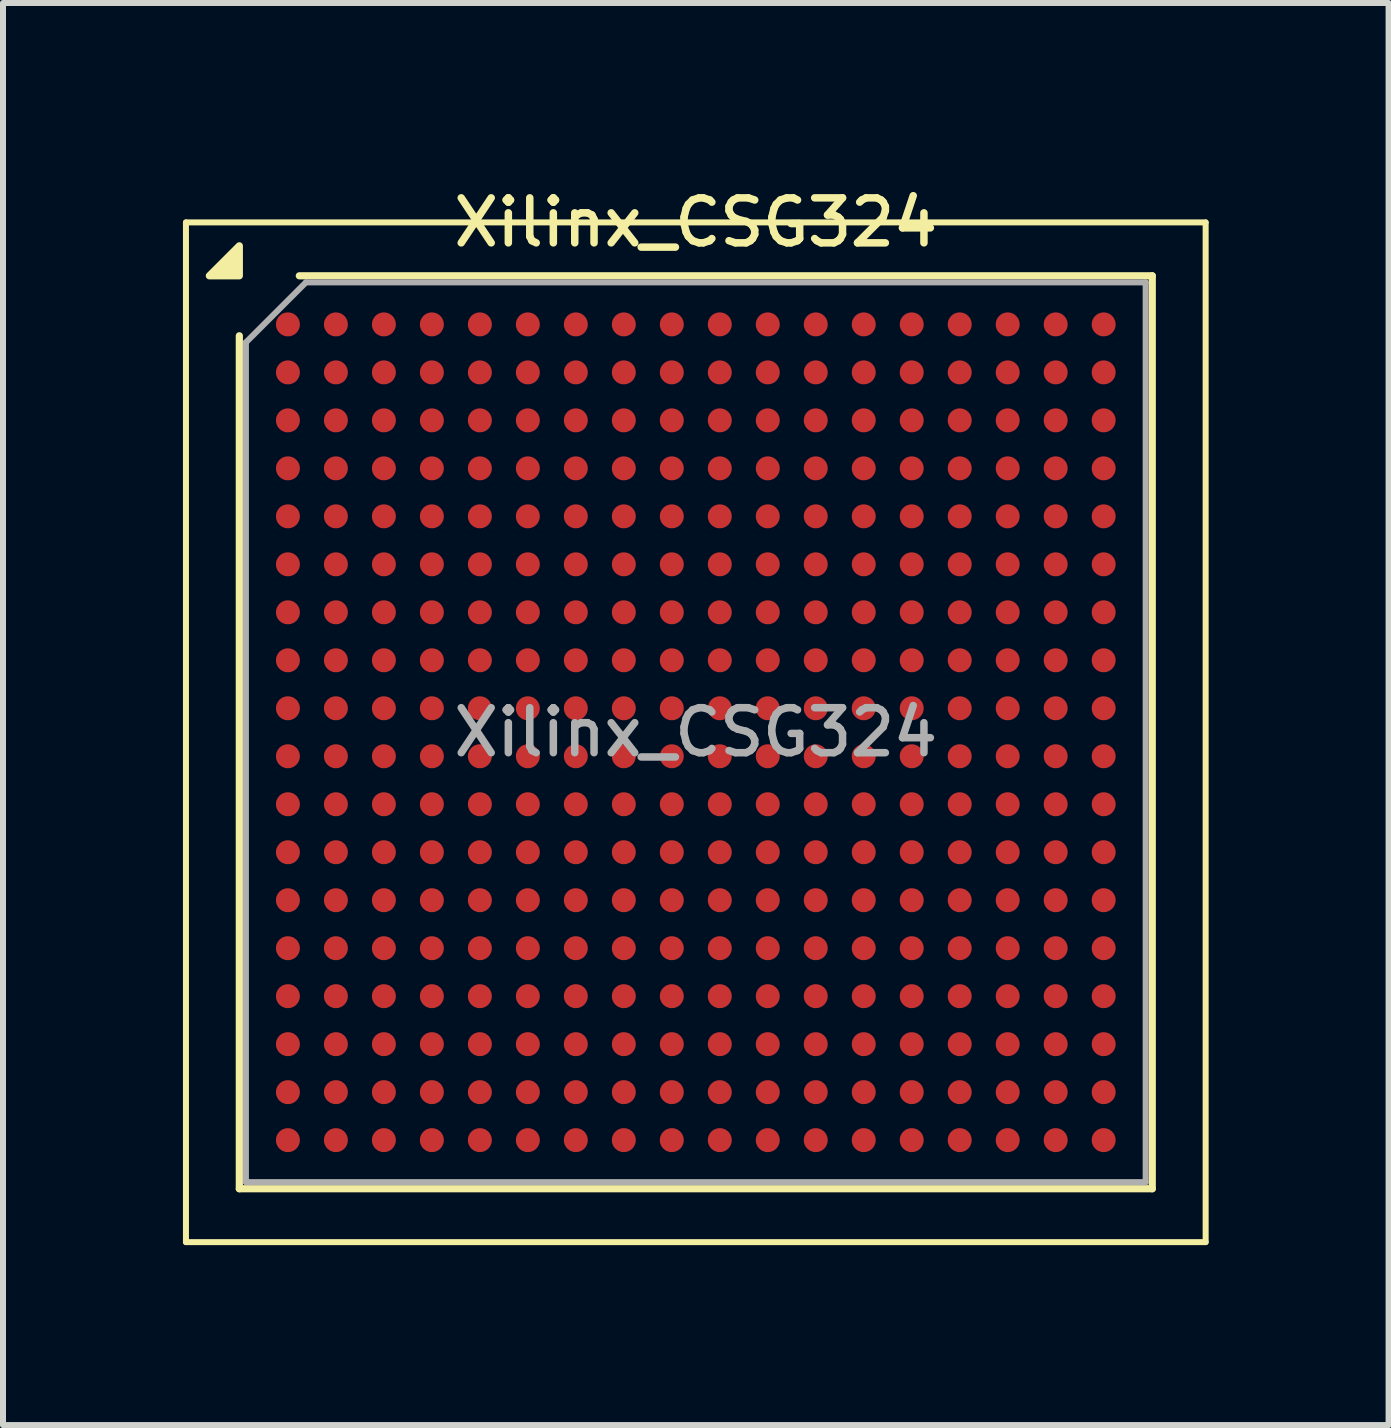
<source format=kicad_pcb>
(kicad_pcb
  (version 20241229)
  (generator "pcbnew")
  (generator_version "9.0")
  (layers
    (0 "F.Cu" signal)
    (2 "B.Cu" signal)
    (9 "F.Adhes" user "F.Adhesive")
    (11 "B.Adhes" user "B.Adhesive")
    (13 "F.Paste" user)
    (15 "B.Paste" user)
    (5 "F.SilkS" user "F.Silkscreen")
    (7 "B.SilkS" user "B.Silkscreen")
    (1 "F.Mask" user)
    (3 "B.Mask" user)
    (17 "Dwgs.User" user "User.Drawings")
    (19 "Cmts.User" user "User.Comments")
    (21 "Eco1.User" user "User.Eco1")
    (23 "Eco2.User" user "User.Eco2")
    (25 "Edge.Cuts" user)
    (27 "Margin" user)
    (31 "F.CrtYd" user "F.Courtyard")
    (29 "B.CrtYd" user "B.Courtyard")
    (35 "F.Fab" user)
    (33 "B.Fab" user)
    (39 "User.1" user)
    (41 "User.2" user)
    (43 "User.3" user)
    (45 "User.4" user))
  (footprint "Xilinx_CSG324"
    (layer "F.Cu")
    (at 8.55 9.158)
    (property "Reference" "Xilinx_CSG324" (at 0 -8.5 0) (layer "F.SilkS") (effects (font (size 0.75 0.75) (thickness 0.125))))
    (attr smd)
    (fp_line (start -8.5 -8.5) (end -8.5 8.5) (stroke (width 0.1) (type solid)) (layer "F.SilkS"))
    (fp_line (start -8.5 8.5) (end 8.5 8.5) (stroke (width 0.1) (type solid)) (layer "F.SilkS"))
    (fp_line (start -7.61 7.61) (end -7.61 -6.61) (stroke (width 0.12) (type solid)) (layer "F.SilkS"))
    (fp_line (start -6.61 -7.61) (end 7.61 -7.61) (stroke (width 0.12) (type solid)) (layer "F.SilkS"))
    (fp_line (start 7.61 -7.61) (end 7.61 7.61) (stroke (width 0.12) (type solid)) (layer "F.SilkS"))
    (fp_line (start 7.61 7.61) (end -7.61 7.61) (stroke (width 0.12) (type solid)) (layer "F.SilkS"))
    (fp_line (start 8.5 -8.5) (end -8.5 -8.5) (stroke (width 0.1) (type solid)) (layer "F.SilkS"))
    (fp_line (start 8.5 8.5) (end 8.5 -8.5) (stroke (width 0.1) (type solid)) (layer "F.SilkS"))
    (fp_poly (pts (xy -7.61 -7.61) (xy -8.11 -7.61) (xy -7.61 -8.11) (xy -7.61 -7.61)) (stroke (width 0.12) (type solid)) (fill yes) (layer "F.SilkS"))
    (fp_line (start -7.5 -6.5) (end -6.5 -7.5) (stroke (width 0.1) (type solid)) (layer "F.Fab"))
    (fp_line (start -7.5 7.5) (end -7.5 -6.5) (stroke (width 0.1) (type solid)) (layer "F.Fab"))
    (fp_line (start -6.5 -7.5) (end 7.5 -7.5) (stroke (width 0.1) (type solid)) (layer "F.Fab"))
    (fp_line (start 7.5 -7.5) (end 7.5 7.5) (stroke (width 0.1) (type solid)) (layer "F.Fab"))
    (fp_line (start 7.5 7.5) (end -7.5 7.5) (stroke (width 0.1) (type solid)) (layer "F.Fab"))
    (fp_text user "${REFERENCE}" (at 0 0 0) (layer "F.Fab") (effects (font (size 0.75 0.75) (thickness 0.125))))
    (pad "A1" smd circle (at -6.8 -6.8) (size 0.4 0.4) (property pad_prop_bga) (layers "F.Cu" "F.Mask" "F.Paste"))
    (pad "A2" smd circle (at -6 -6.8) (size 0.4 0.4) (property pad_prop_bga) (layers "F.Cu" "F.Mask" "F.Paste"))
    (pad "A3" smd circle (at -5.2 -6.8) (size 0.4 0.4) (property pad_prop_bga) (layers "F.Cu" "F.Mask" "F.Paste"))
    (pad "A4" smd circle (at -4.4 -6.8) (size 0.4 0.4) (property pad_prop_bga) (layers "F.Cu" "F.Mask" "F.Paste"))
    (pad "A5" smd circle (at -3.6 -6.8) (size 0.4 0.4) (property pad_prop_bga) (layers "F.Cu" "F.Mask" "F.Paste"))
    (pad "A6" smd circle (at -2.8 -6.8) (size 0.4 0.4) (property pad_prop_bga) (layers "F.Cu" "F.Mask" "F.Paste"))
    (pad "A7" smd circle (at -2 -6.8) (size 0.4 0.4) (property pad_prop_bga) (layers "F.Cu" "F.Mask" "F.Paste"))
    (pad "A8" smd circle (at -1.2 -6.8) (size 0.4 0.4) (property pad_prop_bga) (layers "F.Cu" "F.Mask" "F.Paste"))
    (pad "A9" smd circle (at -0.4 -6.8) (size 0.4 0.4) (property pad_prop_bga) (layers "F.Cu" "F.Mask" "F.Paste"))
    (pad "A10" smd circle (at 0.4 -6.8) (size 0.4 0.4) (property pad_prop_bga) (layers "F.Cu" "F.Mask" "F.Paste"))
    (pad "A11" smd circle (at 1.2 -6.8) (size 0.4 0.4) (property pad_prop_bga) (layers "F.Cu" "F.Mask" "F.Paste"))
    (pad "A12" smd circle (at 2 -6.8) (size 0.4 0.4) (property pad_prop_bga) (layers "F.Cu" "F.Mask" "F.Paste"))
    (pad "A13" smd circle (at 2.8 -6.8) (size 0.4 0.4) (property pad_prop_bga) (layers "F.Cu" "F.Mask" "F.Paste"))
    (pad "A14" smd circle (at 3.6 -6.8) (size 0.4 0.4) (property pad_prop_bga) (layers "F.Cu" "F.Mask" "F.Paste"))
    (pad "A15" smd circle (at 4.4 -6.8) (size 0.4 0.4) (property pad_prop_bga) (layers "F.Cu" "F.Mask" "F.Paste"))
    (pad "A16" smd circle (at 5.2 -6.8) (size 0.4 0.4) (property pad_prop_bga) (layers "F.Cu" "F.Mask" "F.Paste"))
    (pad "A17" smd circle (at 6 -6.8) (size 0.4 0.4) (property pad_prop_bga) (layers "F.Cu" "F.Mask" "F.Paste"))
    (pad "A18" smd circle (at 6.8 -6.8) (size 0.4 0.4) (property pad_prop_bga) (layers "F.Cu" "F.Mask" "F.Paste"))
    (pad "B1" smd circle (at -6.8 -6) (size 0.4 0.4) (property pad_prop_bga) (layers "F.Cu" "F.Mask" "F.Paste"))
    (pad "B2" smd circle (at -6 -6) (size 0.4 0.4) (property pad_prop_bga) (layers "F.Cu" "F.Mask" "F.Paste"))
    (pad "B3" smd circle (at -5.2 -6) (size 0.4 0.4) (property pad_prop_bga) (layers "F.Cu" "F.Mask" "F.Paste"))
    (pad "B4" smd circle (at -4.4 -6) (size 0.4 0.4) (property pad_prop_bga) (layers "F.Cu" "F.Mask" "F.Paste"))
    (pad "B5" smd circle (at -3.6 -6) (size 0.4 0.4) (property pad_prop_bga) (layers "F.Cu" "F.Mask" "F.Paste"))
    (pad "B6" smd circle (at -2.8 -6) (size 0.4 0.4) (property pad_prop_bga) (layers "F.Cu" "F.Mask" "F.Paste"))
    (pad "B7" smd circle (at -2 -6) (size 0.4 0.4) (property pad_prop_bga) (layers "F.Cu" "F.Mask" "F.Paste"))
    (pad "B8" smd circle (at -1.2 -6) (size 0.4 0.4) (property pad_prop_bga) (layers "F.Cu" "F.Mask" "F.Paste"))
    (pad "B9" smd circle (at -0.4 -6) (size 0.4 0.4) (property pad_prop_bga) (layers "F.Cu" "F.Mask" "F.Paste"))
    (pad "B10" smd circle (at 0.4 -6) (size 0.4 0.4) (property pad_prop_bga) (layers "F.Cu" "F.Mask" "F.Paste"))
    (pad "B11" smd circle (at 1.2 -6) (size 0.4 0.4) (property pad_prop_bga) (layers "F.Cu" "F.Mask" "F.Paste"))
    (pad "B12" smd circle (at 2 -6) (size 0.4 0.4) (property pad_prop_bga) (layers "F.Cu" "F.Mask" "F.Paste"))
    (pad "B13" smd circle (at 2.8 -6) (size 0.4 0.4) (property pad_prop_bga) (layers "F.Cu" "F.Mask" "F.Paste"))
    (pad "B14" smd circle (at 3.6 -6) (size 0.4 0.4) (property pad_prop_bga) (layers "F.Cu" "F.Mask" "F.Paste"))
    (pad "B15" smd circle (at 4.4 -6) (size 0.4 0.4) (property pad_prop_bga) (layers "F.Cu" "F.Mask" "F.Paste"))
    (pad "B16" smd circle (at 5.2 -6) (size 0.4 0.4) (property pad_prop_bga) (layers "F.Cu" "F.Mask" "F.Paste"))
    (pad "B17" smd circle (at 6 -6) (size 0.4 0.4) (property pad_prop_bga) (layers "F.Cu" "F.Mask" "F.Paste"))
    (pad "B18" smd circle (at 6.8 -6) (size 0.4 0.4) (property pad_prop_bga) (layers "F.Cu" "F.Mask" "F.Paste"))
    (pad "C1" smd circle (at -6.8 -5.2) (size 0.4 0.4) (property pad_prop_bga) (layers "F.Cu" "F.Mask" "F.Paste"))
    (pad "C2" smd circle (at -6 -5.2) (size 0.4 0.4) (property pad_prop_bga) (layers "F.Cu" "F.Mask" "F.Paste"))
    (pad "C3" smd circle (at -5.2 -5.2) (size 0.4 0.4) (property pad_prop_bga) (layers "F.Cu" "F.Mask" "F.Paste"))
    (pad "C4" smd circle (at -4.4 -5.2) (size 0.4 0.4) (property pad_prop_bga) (layers "F.Cu" "F.Mask" "F.Paste"))
    (pad "C5" smd circle (at -3.6 -5.2) (size 0.4 0.4) (property pad_prop_bga) (layers "F.Cu" "F.Mask" "F.Paste"))
    (pad "C6" smd circle (at -2.8 -5.2) (size 0.4 0.4) (property pad_prop_bga) (layers "F.Cu" "F.Mask" "F.Paste"))
    (pad "C7" smd circle (at -2 -5.2) (size 0.4 0.4) (property pad_prop_bga) (layers "F.Cu" "F.Mask" "F.Paste"))
    (pad "C8" smd circle (at -1.2 -5.2) (size 0.4 0.4) (property pad_prop_bga) (layers "F.Cu" "F.Mask" "F.Paste"))
    (pad "C9" smd circle (at -0.4 -5.2) (size 0.4 0.4) (property pad_prop_bga) (layers "F.Cu" "F.Mask" "F.Paste"))
    (pad "C10" smd circle (at 0.4 -5.2) (size 0.4 0.4) (property pad_prop_bga) (layers "F.Cu" "F.Mask" "F.Paste"))
    (pad "C11" smd circle (at 1.2 -5.2) (size 0.4 0.4) (property pad_prop_bga) (layers "F.Cu" "F.Mask" "F.Paste"))
    (pad "C12" smd circle (at 2 -5.2) (size 0.4 0.4) (property pad_prop_bga) (layers "F.Cu" "F.Mask" "F.Paste"))
    (pad "C13" smd circle (at 2.8 -5.2) (size 0.4 0.4) (property pad_prop_bga) (layers "F.Cu" "F.Mask" "F.Paste"))
    (pad "C14" smd circle (at 3.6 -5.2) (size 0.4 0.4) (property pad_prop_bga) (layers "F.Cu" "F.Mask" "F.Paste"))
    (pad "C15" smd circle (at 4.4 -5.2) (size 0.4 0.4) (property pad_prop_bga) (layers "F.Cu" "F.Mask" "F.Paste"))
    (pad "C16" smd circle (at 5.2 -5.2) (size 0.4 0.4) (property pad_prop_bga) (layers "F.Cu" "F.Mask" "F.Paste"))
    (pad "C17" smd circle (at 6 -5.2) (size 0.4 0.4) (property pad_prop_bga) (layers "F.Cu" "F.Mask" "F.Paste"))
    (pad "C18" smd circle (at 6.8 -5.2) (size 0.4 0.4) (property pad_prop_bga) (layers "F.Cu" "F.Mask" "F.Paste"))
    (pad "D1" smd circle (at -6.8 -4.4) (size 0.4 0.4) (property pad_prop_bga) (layers "F.Cu" "F.Mask" "F.Paste"))
    (pad "D2" smd circle (at -6 -4.4) (size 0.4 0.4) (property pad_prop_bga) (layers "F.Cu" "F.Mask" "F.Paste"))
    (pad "D3" smd circle (at -5.2 -4.4) (size 0.4 0.4) (property pad_prop_bga) (layers "F.Cu" "F.Mask" "F.Paste"))
    (pad "D4" smd circle (at -4.4 -4.4) (size 0.4 0.4) (property pad_prop_bga) (layers "F.Cu" "F.Mask" "F.Paste"))
    (pad "D5" smd circle (at -3.6 -4.4) (size 0.4 0.4) (property pad_prop_bga) (layers "F.Cu" "F.Mask" "F.Paste"))
    (pad "D6" smd circle (at -2.8 -4.4) (size 0.4 0.4) (property pad_prop_bga) (layers "F.Cu" "F.Mask" "F.Paste"))
    (pad "D7" smd circle (at -2 -4.4) (size 0.4 0.4) (property pad_prop_bga) (layers "F.Cu" "F.Mask" "F.Paste"))
    (pad "D8" smd circle (at -1.2 -4.4) (size 0.4 0.4) (property pad_prop_bga) (layers "F.Cu" "F.Mask" "F.Paste"))
    (pad "D9" smd circle (at -0.4 -4.4) (size 0.4 0.4) (property pad_prop_bga) (layers "F.Cu" "F.Mask" "F.Paste"))
    (pad "D10" smd circle (at 0.4 -4.4) (size 0.4 0.4) (property pad_prop_bga) (layers "F.Cu" "F.Mask" "F.Paste"))
    (pad "D11" smd circle (at 1.2 -4.4) (size 0.4 0.4) (property pad_prop_bga) (layers "F.Cu" "F.Mask" "F.Paste"))
    (pad "D12" smd circle (at 2 -4.4) (size 0.4 0.4) (property pad_prop_bga) (layers "F.Cu" "F.Mask" "F.Paste"))
    (pad "D13" smd circle (at 2.8 -4.4) (size 0.4 0.4) (property pad_prop_bga) (layers "F.Cu" "F.Mask" "F.Paste"))
    (pad "D14" smd circle (at 3.6 -4.4) (size 0.4 0.4) (property pad_prop_bga) (layers "F.Cu" "F.Mask" "F.Paste"))
    (pad "D15" smd circle (at 4.4 -4.4) (size 0.4 0.4) (property pad_prop_bga) (layers "F.Cu" "F.Mask" "F.Paste"))
    (pad "D16" smd circle (at 5.2 -4.4) (size 0.4 0.4) (property pad_prop_bga) (layers "F.Cu" "F.Mask" "F.Paste"))
    (pad "D17" smd circle (at 6 -4.4) (size 0.4 0.4) (property pad_prop_bga) (layers "F.Cu" "F.Mask" "F.Paste"))
    (pad "D18" smd circle (at 6.8 -4.4) (size 0.4 0.4) (property pad_prop_bga) (layers "F.Cu" "F.Mask" "F.Paste"))
    (pad "E1" smd circle (at -6.8 -3.6) (size 0.4 0.4) (property pad_prop_bga) (layers "F.Cu" "F.Mask" "F.Paste"))
    (pad "E2" smd circle (at -6 -3.6) (size 0.4 0.4) (property pad_prop_bga) (layers "F.Cu" "F.Mask" "F.Paste"))
    (pad "E3" smd circle (at -5.2 -3.6) (size 0.4 0.4) (property pad_prop_bga) (layers "F.Cu" "F.Mask" "F.Paste"))
    (pad "E4" smd circle (at -4.4 -3.6) (size 0.4 0.4) (property pad_prop_bga) (layers "F.Cu" "F.Mask" "F.Paste"))
    (pad "E5" smd circle (at -3.6 -3.6) (size 0.4 0.4) (property pad_prop_bga) (layers "F.Cu" "F.Mask" "F.Paste"))
    (pad "E6" smd circle (at -2.8 -3.6) (size 0.4 0.4) (property pad_prop_bga) (layers "F.Cu" "F.Mask" "F.Paste"))
    (pad "E7" smd circle (at -2 -3.6) (size 0.4 0.4) (property pad_prop_bga) (layers "F.Cu" "F.Mask" "F.Paste"))
    (pad "E8" smd circle (at -1.2 -3.6) (size 0.4 0.4) (property pad_prop_bga) (layers "F.Cu" "F.Mask" "F.Paste"))
    (pad "E9" smd circle (at -0.4 -3.6) (size 0.4 0.4) (property pad_prop_bga) (layers "F.Cu" "F.Mask" "F.Paste"))
    (pad "E10" smd circle (at 0.4 -3.6) (size 0.4 0.4) (property pad_prop_bga) (layers "F.Cu" "F.Mask" "F.Paste"))
    (pad "E11" smd circle (at 1.2 -3.6) (size 0.4 0.4) (property pad_prop_bga) (layers "F.Cu" "F.Mask" "F.Paste"))
    (pad "E12" smd circle (at 2 -3.6) (size 0.4 0.4) (property pad_prop_bga) (layers "F.Cu" "F.Mask" "F.Paste"))
    (pad "E13" smd circle (at 2.8 -3.6) (size 0.4 0.4) (property pad_prop_bga) (layers "F.Cu" "F.Mask" "F.Paste"))
    (pad "E14" smd circle (at 3.6 -3.6) (size 0.4 0.4) (property pad_prop_bga) (layers "F.Cu" "F.Mask" "F.Paste"))
    (pad "E15" smd circle (at 4.4 -3.6) (size 0.4 0.4) (property pad_prop_bga) (layers "F.Cu" "F.Mask" "F.Paste"))
    (pad "E16" smd circle (at 5.2 -3.6) (size 0.4 0.4) (property pad_prop_bga) (layers "F.Cu" "F.Mask" "F.Paste"))
    (pad "E17" smd circle (at 6 -3.6) (size 0.4 0.4) (property pad_prop_bga) (layers "F.Cu" "F.Mask" "F.Paste"))
    (pad "E18" smd circle (at 6.8 -3.6) (size 0.4 0.4) (property pad_prop_bga) (layers "F.Cu" "F.Mask" "F.Paste"))
    (pad "F1" smd circle (at -6.8 -2.8) (size 0.4 0.4) (property pad_prop_bga) (layers "F.Cu" "F.Mask" "F.Paste"))
    (pad "F2" smd circle (at -6 -2.8) (size 0.4 0.4) (property pad_prop_bga) (layers "F.Cu" "F.Mask" "F.Paste"))
    (pad "F3" smd circle (at -5.2 -2.8) (size 0.4 0.4) (property pad_prop_bga) (layers "F.Cu" "F.Mask" "F.Paste"))
    (pad "F4" smd circle (at -4.4 -2.8) (size 0.4 0.4) (property pad_prop_bga) (layers "F.Cu" "F.Mask" "F.Paste"))
    (pad "F5" smd circle (at -3.6 -2.8) (size 0.4 0.4) (property pad_prop_bga) (layers "F.Cu" "F.Mask" "F.Paste"))
    (pad "F6" smd circle (at -2.8 -2.8) (size 0.4 0.4) (property pad_prop_bga) (layers "F.Cu" "F.Mask" "F.Paste"))
    (pad "F7" smd circle (at -2 -2.8) (size 0.4 0.4) (property pad_prop_bga) (layers "F.Cu" "F.Mask" "F.Paste"))
    (pad "F8" smd circle (at -1.2 -2.8) (size 0.4 0.4) (property pad_prop_bga) (layers "F.Cu" "F.Mask" "F.Paste"))
    (pad "F9" smd circle (at -0.4 -2.8) (size 0.4 0.4) (property pad_prop_bga) (layers "F.Cu" "F.Mask" "F.Paste"))
    (pad "F10" smd circle (at 0.4 -2.8) (size 0.4 0.4) (property pad_prop_bga) (layers "F.Cu" "F.Mask" "F.Paste"))
    (pad "F11" smd circle (at 1.2 -2.8) (size 0.4 0.4) (property pad_prop_bga) (layers "F.Cu" "F.Mask" "F.Paste"))
    (pad "F12" smd circle (at 2 -2.8) (size 0.4 0.4) (property pad_prop_bga) (layers "F.Cu" "F.Mask" "F.Paste"))
    (pad "F13" smd circle (at 2.8 -2.8) (size 0.4 0.4) (property pad_prop_bga) (layers "F.Cu" "F.Mask" "F.Paste"))
    (pad "F14" smd circle (at 3.6 -2.8) (size 0.4 0.4) (property pad_prop_bga) (layers "F.Cu" "F.Mask" "F.Paste"))
    (pad "F15" smd circle (at 4.4 -2.8) (size 0.4 0.4) (property pad_prop_bga) (layers "F.Cu" "F.Mask" "F.Paste"))
    (pad "F16" smd circle (at 5.2 -2.8) (size 0.4 0.4) (property pad_prop_bga) (layers "F.Cu" "F.Mask" "F.Paste"))
    (pad "F17" smd circle (at 6 -2.8) (size 0.4 0.4) (property pad_prop_bga) (layers "F.Cu" "F.Mask" "F.Paste"))
    (pad "F18" smd circle (at 6.8 -2.8) (size 0.4 0.4) (property pad_prop_bga) (layers "F.Cu" "F.Mask" "F.Paste"))
    (pad "G1" smd circle (at -6.8 -2) (size 0.4 0.4) (property pad_prop_bga) (layers "F.Cu" "F.Mask" "F.Paste"))
    (pad "G2" smd circle (at -6 -2) (size 0.4 0.4) (property pad_prop_bga) (layers "F.Cu" "F.Mask" "F.Paste"))
    (pad "G3" smd circle (at -5.2 -2) (size 0.4 0.4) (property pad_prop_bga) (layers "F.Cu" "F.Mask" "F.Paste"))
    (pad "G4" smd circle (at -4.4 -2) (size 0.4 0.4) (property pad_prop_bga) (layers "F.Cu" "F.Mask" "F.Paste"))
    (pad "G5" smd circle (at -3.6 -2) (size 0.4 0.4) (property pad_prop_bga) (layers "F.Cu" "F.Mask" "F.Paste"))
    (pad "G6" smd circle (at -2.8 -2) (size 0.4 0.4) (property pad_prop_bga) (layers "F.Cu" "F.Mask" "F.Paste"))
    (pad "G7" smd circle (at -2 -2) (size 0.4 0.4) (property pad_prop_bga) (layers "F.Cu" "F.Mask" "F.Paste"))
    (pad "G8" smd circle (at -1.2 -2) (size 0.4 0.4) (property pad_prop_bga) (layers "F.Cu" "F.Mask" "F.Paste"))
    (pad "G9" smd circle (at -0.4 -2) (size 0.4 0.4) (property pad_prop_bga) (layers "F.Cu" "F.Mask" "F.Paste"))
    (pad "G10" smd circle (at 0.4 -2) (size 0.4 0.4) (property pad_prop_bga) (layers "F.Cu" "F.Mask" "F.Paste"))
    (pad "G11" smd circle (at 1.2 -2) (size 0.4 0.4) (property pad_prop_bga) (layers "F.Cu" "F.Mask" "F.Paste"))
    (pad "G12" smd circle (at 2 -2) (size 0.4 0.4) (property pad_prop_bga) (layers "F.Cu" "F.Mask" "F.Paste"))
    (pad "G13" smd circle (at 2.8 -2) (size 0.4 0.4) (property pad_prop_bga) (layers "F.Cu" "F.Mask" "F.Paste"))
    (pad "G14" smd circle (at 3.6 -2) (size 0.4 0.4) (property pad_prop_bga) (layers "F.Cu" "F.Mask" "F.Paste"))
    (pad "G15" smd circle (at 4.4 -2) (size 0.4 0.4) (property pad_prop_bga) (layers "F.Cu" "F.Mask" "F.Paste"))
    (pad "G16" smd circle (at 5.2 -2) (size 0.4 0.4) (property pad_prop_bga) (layers "F.Cu" "F.Mask" "F.Paste"))
    (pad "G17" smd circle (at 6 -2) (size 0.4 0.4) (property pad_prop_bga) (layers "F.Cu" "F.Mask" "F.Paste"))
    (pad "G18" smd circle (at 6.8 -2) (size 0.4 0.4) (property pad_prop_bga) (layers "F.Cu" "F.Mask" "F.Paste"))
    (pad "H1" smd circle (at -6.8 -1.2) (size 0.4 0.4) (property pad_prop_bga) (layers "F.Cu" "F.Mask" "F.Paste"))
    (pad "H2" smd circle (at -6 -1.2) (size 0.4 0.4) (property pad_prop_bga) (layers "F.Cu" "F.Mask" "F.Paste"))
    (pad "H3" smd circle (at -5.2 -1.2) (size 0.4 0.4) (property pad_prop_bga) (layers "F.Cu" "F.Mask" "F.Paste"))
    (pad "H4" smd circle (at -4.4 -1.2) (size 0.4 0.4) (property pad_prop_bga) (layers "F.Cu" "F.Mask" "F.Paste"))
    (pad "H5" smd circle (at -3.6 -1.2) (size 0.4 0.4) (property pad_prop_bga) (layers "F.Cu" "F.Mask" "F.Paste"))
    (pad "H6" smd circle (at -2.8 -1.2) (size 0.4 0.4) (property pad_prop_bga) (layers "F.Cu" "F.Mask" "F.Paste"))
    (pad "H7" smd circle (at -2 -1.2) (size 0.4 0.4) (property pad_prop_bga) (layers "F.Cu" "F.Mask" "F.Paste"))
    (pad "H8" smd circle (at -1.2 -1.2) (size 0.4 0.4) (property pad_prop_bga) (layers "F.Cu" "F.Mask" "F.Paste"))
    (pad "H9" smd circle (at -0.4 -1.2) (size 0.4 0.4) (property pad_prop_bga) (layers "F.Cu" "F.Mask" "F.Paste"))
    (pad "H10" smd circle (at 0.4 -1.2) (size 0.4 0.4) (property pad_prop_bga) (layers "F.Cu" "F.Mask" "F.Paste"))
    (pad "H11" smd circle (at 1.2 -1.2) (size 0.4 0.4) (property pad_prop_bga) (layers "F.Cu" "F.Mask" "F.Paste"))
    (pad "H12" smd circle (at 2 -1.2) (size 0.4 0.4) (property pad_prop_bga) (layers "F.Cu" "F.Mask" "F.Paste"))
    (pad "H13" smd circle (at 2.8 -1.2) (size 0.4 0.4) (property pad_prop_bga) (layers "F.Cu" "F.Mask" "F.Paste"))
    (pad "H14" smd circle (at 3.6 -1.2) (size 0.4 0.4) (property pad_prop_bga) (layers "F.Cu" "F.Mask" "F.Paste"))
    (pad "H15" smd circle (at 4.4 -1.2) (size 0.4 0.4) (property pad_prop_bga) (layers "F.Cu" "F.Mask" "F.Paste"))
    (pad "H16" smd circle (at 5.2 -1.2) (size 0.4 0.4) (property pad_prop_bga) (layers "F.Cu" "F.Mask" "F.Paste"))
    (pad "H17" smd circle (at 6 -1.2) (size 0.4 0.4) (property pad_prop_bga) (layers "F.Cu" "F.Mask" "F.Paste"))
    (pad "H18" smd circle (at 6.8 -1.2) (size 0.4 0.4) (property pad_prop_bga) (layers "F.Cu" "F.Mask" "F.Paste"))
    (pad "J1" smd circle (at -6.8 -0.4) (size 0.4 0.4) (property pad_prop_bga) (layers "F.Cu" "F.Mask" "F.Paste"))
    (pad "J2" smd circle (at -6 -0.4) (size 0.4 0.4) (property pad_prop_bga) (layers "F.Cu" "F.Mask" "F.Paste"))
    (pad "J3" smd circle (at -5.2 -0.4) (size 0.4 0.4) (property pad_prop_bga) (layers "F.Cu" "F.Mask" "F.Paste"))
    (pad "J4" smd circle (at -4.4 -0.4) (size 0.4 0.4) (property pad_prop_bga) (layers "F.Cu" "F.Mask" "F.Paste"))
    (pad "J5" smd circle (at -3.6 -0.4) (size 0.4 0.4) (property pad_prop_bga) (layers "F.Cu" "F.Mask" "F.Paste"))
    (pad "J6" smd circle (at -2.8 -0.4) (size 0.4 0.4) (property pad_prop_bga) (layers "F.Cu" "F.Mask" "F.Paste"))
    (pad "J7" smd circle (at -2 -0.4) (size 0.4 0.4) (property pad_prop_bga) (layers "F.Cu" "F.Mask" "F.Paste"))
    (pad "J8" smd circle (at -1.2 -0.4) (size 0.4 0.4) (property pad_prop_bga) (layers "F.Cu" "F.Mask" "F.Paste"))
    (pad "J9" smd circle (at -0.4 -0.4) (size 0.4 0.4) (property pad_prop_bga) (layers "F.Cu" "F.Mask" "F.Paste"))
    (pad "J10" smd circle (at 0.4 -0.4) (size 0.4 0.4) (property pad_prop_bga) (layers "F.Cu" "F.Mask" "F.Paste"))
    (pad "J11" smd circle (at 1.2 -0.4) (size 0.4 0.4) (property pad_prop_bga) (layers "F.Cu" "F.Mask" "F.Paste"))
    (pad "J12" smd circle (at 2 -0.4) (size 0.4 0.4) (property pad_prop_bga) (layers "F.Cu" "F.Mask" "F.Paste"))
    (pad "J13" smd circle (at 2.8 -0.4) (size 0.4 0.4) (property pad_prop_bga) (layers "F.Cu" "F.Mask" "F.Paste"))
    (pad "J14" smd circle (at 3.6 -0.4) (size 0.4 0.4) (property pad_prop_bga) (layers "F.Cu" "F.Mask" "F.Paste"))
    (pad "J15" smd circle (at 4.4 -0.4) (size 0.4 0.4) (property pad_prop_bga) (layers "F.Cu" "F.Mask" "F.Paste"))
    (pad "J16" smd circle (at 5.2 -0.4) (size 0.4 0.4) (property pad_prop_bga) (layers "F.Cu" "F.Mask" "F.Paste"))
    (pad "J17" smd circle (at 6 -0.4) (size 0.4 0.4) (property pad_prop_bga) (layers "F.Cu" "F.Mask" "F.Paste"))
    (pad "J18" smd circle (at 6.8 -0.4) (size 0.4 0.4) (property pad_prop_bga) (layers "F.Cu" "F.Mask" "F.Paste"))
    (pad "K1" smd circle (at -6.8 0.4) (size 0.4 0.4) (property pad_prop_bga) (layers "F.Cu" "F.Mask" "F.Paste"))
    (pad "K2" smd circle (at -6 0.4) (size 0.4 0.4) (property pad_prop_bga) (layers "F.Cu" "F.Mask" "F.Paste"))
    (pad "K3" smd circle (at -5.2 0.4) (size 0.4 0.4) (property pad_prop_bga) (layers "F.Cu" "F.Mask" "F.Paste"))
    (pad "K4" smd circle (at -4.4 0.4) (size 0.4 0.4) (property pad_prop_bga) (layers "F.Cu" "F.Mask" "F.Paste"))
    (pad "K5" smd circle (at -3.6 0.4) (size 0.4 0.4) (property pad_prop_bga) (layers "F.Cu" "F.Mask" "F.Paste"))
    (pad "K6" smd circle (at -2.8 0.4) (size 0.4 0.4) (property pad_prop_bga) (layers "F.Cu" "F.Mask" "F.Paste"))
    (pad "K7" smd circle (at -2 0.4) (size 0.4 0.4) (property pad_prop_bga) (layers "F.Cu" "F.Mask" "F.Paste"))
    (pad "K8" smd circle (at -1.2 0.4) (size 0.4 0.4) (property pad_prop_bga) (layers "F.Cu" "F.Mask" "F.Paste"))
    (pad "K9" smd circle (at -0.4 0.4) (size 0.4 0.4) (property pad_prop_bga) (layers "F.Cu" "F.Mask" "F.Paste"))
    (pad "K10" smd circle (at 0.4 0.4) (size 0.4 0.4) (property pad_prop_bga) (layers "F.Cu" "F.Mask" "F.Paste"))
    (pad "K11" smd circle (at 1.2 0.4) (size 0.4 0.4) (property pad_prop_bga) (layers "F.Cu" "F.Mask" "F.Paste"))
    (pad "K12" smd circle (at 2 0.4) (size 0.4 0.4) (property pad_prop_bga) (layers "F.Cu" "F.Mask" "F.Paste"))
    (pad "K13" smd circle (at 2.8 0.4) (size 0.4 0.4) (property pad_prop_bga) (layers "F.Cu" "F.Mask" "F.Paste"))
    (pad "K14" smd circle (at 3.6 0.4) (size 0.4 0.4) (property pad_prop_bga) (layers "F.Cu" "F.Mask" "F.Paste"))
    (pad "K15" smd circle (at 4.4 0.4) (size 0.4 0.4) (property pad_prop_bga) (layers "F.Cu" "F.Mask" "F.Paste"))
    (pad "K16" smd circle (at 5.2 0.4) (size 0.4 0.4) (property pad_prop_bga) (layers "F.Cu" "F.Mask" "F.Paste"))
    (pad "K17" smd circle (at 6 0.4) (size 0.4 0.4) (property pad_prop_bga) (layers "F.Cu" "F.Mask" "F.Paste"))
    (pad "K18" smd circle (at 6.8 0.4) (size 0.4 0.4) (property pad_prop_bga) (layers "F.Cu" "F.Mask" "F.Paste"))
    (pad "L1" smd circle (at -6.8 1.2) (size 0.4 0.4) (property pad_prop_bga) (layers "F.Cu" "F.Mask" "F.Paste"))
    (pad "L2" smd circle (at -6 1.2) (size 0.4 0.4) (property pad_prop_bga) (layers "F.Cu" "F.Mask" "F.Paste"))
    (pad "L3" smd circle (at -5.2 1.2) (size 0.4 0.4) (property pad_prop_bga) (layers "F.Cu" "F.Mask" "F.Paste"))
    (pad "L4" smd circle (at -4.4 1.2) (size 0.4 0.4) (property pad_prop_bga) (layers "F.Cu" "F.Mask" "F.Paste"))
    (pad "L5" smd circle (at -3.6 1.2) (size 0.4 0.4) (property pad_prop_bga) (layers "F.Cu" "F.Mask" "F.Paste"))
    (pad "L6" smd circle (at -2.8 1.2) (size 0.4 0.4) (property pad_prop_bga) (layers "F.Cu" "F.Mask" "F.Paste"))
    (pad "L7" smd circle (at -2 1.2) (size 0.4 0.4) (property pad_prop_bga) (layers "F.Cu" "F.Mask" "F.Paste"))
    (pad "L8" smd circle (at -1.2 1.2) (size 0.4 0.4) (property pad_prop_bga) (layers "F.Cu" "F.Mask" "F.Paste"))
    (pad "L9" smd circle (at -0.4 1.2) (size 0.4 0.4) (property pad_prop_bga) (layers "F.Cu" "F.Mask" "F.Paste"))
    (pad "L10" smd circle (at 0.4 1.2) (size 0.4 0.4) (property pad_prop_bga) (layers "F.Cu" "F.Mask" "F.Paste"))
    (pad "L11" smd circle (at 1.2 1.2) (size 0.4 0.4) (property pad_prop_bga) (layers "F.Cu" "F.Mask" "F.Paste"))
    (pad "L12" smd circle (at 2 1.2) (size 0.4 0.4) (property pad_prop_bga) (layers "F.Cu" "F.Mask" "F.Paste"))
    (pad "L13" smd circle (at 2.8 1.2) (size 0.4 0.4) (property pad_prop_bga) (layers "F.Cu" "F.Mask" "F.Paste"))
    (pad "L14" smd circle (at 3.6 1.2) (size 0.4 0.4) (property pad_prop_bga) (layers "F.Cu" "F.Mask" "F.Paste"))
    (pad "L15" smd circle (at 4.4 1.2) (size 0.4 0.4) (property pad_prop_bga) (layers "F.Cu" "F.Mask" "F.Paste"))
    (pad "L16" smd circle (at 5.2 1.2) (size 0.4 0.4) (property pad_prop_bga) (layers "F.Cu" "F.Mask" "F.Paste"))
    (pad "L17" smd circle (at 6 1.2) (size 0.4 0.4) (property pad_prop_bga) (layers "F.Cu" "F.Mask" "F.Paste"))
    (pad "L18" smd circle (at 6.8 1.2) (size 0.4 0.4) (property pad_prop_bga) (layers "F.Cu" "F.Mask" "F.Paste"))
    (pad "M1" smd circle (at -6.8 2) (size 0.4 0.4) (property pad_prop_bga) (layers "F.Cu" "F.Mask" "F.Paste"))
    (pad "M2" smd circle (at -6 2) (size 0.4 0.4) (property pad_prop_bga) (layers "F.Cu" "F.Mask" "F.Paste"))
    (pad "M3" smd circle (at -5.2 2) (size 0.4 0.4) (property pad_prop_bga) (layers "F.Cu" "F.Mask" "F.Paste"))
    (pad "M4" smd circle (at -4.4 2) (size 0.4 0.4) (property pad_prop_bga) (layers "F.Cu" "F.Mask" "F.Paste"))
    (pad "M5" smd circle (at -3.6 2) (size 0.4 0.4) (property pad_prop_bga) (layers "F.Cu" "F.Mask" "F.Paste"))
    (pad "M6" smd circle (at -2.8 2) (size 0.4 0.4) (property pad_prop_bga) (layers "F.Cu" "F.Mask" "F.Paste"))
    (pad "M7" smd circle (at -2 2) (size 0.4 0.4) (property pad_prop_bga) (layers "F.Cu" "F.Mask" "F.Paste"))
    (pad "M8" smd circle (at -1.2 2) (size 0.4 0.4) (property pad_prop_bga) (layers "F.Cu" "F.Mask" "F.Paste"))
    (pad "M9" smd circle (at -0.4 2) (size 0.4 0.4) (property pad_prop_bga) (layers "F.Cu" "F.Mask" "F.Paste"))
    (pad "M10" smd circle (at 0.4 2) (size 0.4 0.4) (property pad_prop_bga) (layers "F.Cu" "F.Mask" "F.Paste"))
    (pad "M11" smd circle (at 1.2 2) (size 0.4 0.4) (property pad_prop_bga) (layers "F.Cu" "F.Mask" "F.Paste"))
    (pad "M12" smd circle (at 2 2) (size 0.4 0.4) (property pad_prop_bga) (layers "F.Cu" "F.Mask" "F.Paste"))
    (pad "M13" smd circle (at 2.8 2) (size 0.4 0.4) (property pad_prop_bga) (layers "F.Cu" "F.Mask" "F.Paste"))
    (pad "M14" smd circle (at 3.6 2) (size 0.4 0.4) (property pad_prop_bga) (layers "F.Cu" "F.Mask" "F.Paste"))
    (pad "M15" smd circle (at 4.4 2) (size 0.4 0.4) (property pad_prop_bga) (layers "F.Cu" "F.Mask" "F.Paste"))
    (pad "M16" smd circle (at 5.2 2) (size 0.4 0.4) (property pad_prop_bga) (layers "F.Cu" "F.Mask" "F.Paste"))
    (pad "M17" smd circle (at 6 2) (size 0.4 0.4) (property pad_prop_bga) (layers "F.Cu" "F.Mask" "F.Paste"))
    (pad "M18" smd circle (at 6.8 2) (size 0.4 0.4) (property pad_prop_bga) (layers "F.Cu" "F.Mask" "F.Paste"))
    (pad "N1" smd circle (at -6.8 2.8) (size 0.4 0.4) (property pad_prop_bga) (layers "F.Cu" "F.Mask" "F.Paste"))
    (pad "N2" smd circle (at -6 2.8) (size 0.4 0.4) (property pad_prop_bga) (layers "F.Cu" "F.Mask" "F.Paste"))
    (pad "N3" smd circle (at -5.2 2.8) (size 0.4 0.4) (property pad_prop_bga) (layers "F.Cu" "F.Mask" "F.Paste"))
    (pad "N4" smd circle (at -4.4 2.8) (size 0.4 0.4) (property pad_prop_bga) (layers "F.Cu" "F.Mask" "F.Paste"))
    (pad "N5" smd circle (at -3.6 2.8) (size 0.4 0.4) (property pad_prop_bga) (layers "F.Cu" "F.Mask" "F.Paste"))
    (pad "N6" smd circle (at -2.8 2.8) (size 0.4 0.4) (property pad_prop_bga) (layers "F.Cu" "F.Mask" "F.Paste"))
    (pad "N7" smd circle (at -2 2.8) (size 0.4 0.4) (property pad_prop_bga) (layers "F.Cu" "F.Mask" "F.Paste"))
    (pad "N8" smd circle (at -1.2 2.8) (size 0.4 0.4) (property pad_prop_bga) (layers "F.Cu" "F.Mask" "F.Paste"))
    (pad "N9" smd circle (at -0.4 2.8) (size 0.4 0.4) (property pad_prop_bga) (layers "F.Cu" "F.Mask" "F.Paste"))
    (pad "N10" smd circle (at 0.4 2.8) (size 0.4 0.4) (property pad_prop_bga) (layers "F.Cu" "F.Mask" "F.Paste"))
    (pad "N11" smd circle (at 1.2 2.8) (size 0.4 0.4) (property pad_prop_bga) (layers "F.Cu" "F.Mask" "F.Paste"))
    (pad "N12" smd circle (at 2 2.8) (size 0.4 0.4) (property pad_prop_bga) (layers "F.Cu" "F.Mask" "F.Paste"))
    (pad "N13" smd circle (at 2.8 2.8) (size 0.4 0.4) (property pad_prop_bga) (layers "F.Cu" "F.Mask" "F.Paste"))
    (pad "N14" smd circle (at 3.6 2.8) (size 0.4 0.4) (property pad_prop_bga) (layers "F.Cu" "F.Mask" "F.Paste"))
    (pad "N15" smd circle (at 4.4 2.8) (size 0.4 0.4) (property pad_prop_bga) (layers "F.Cu" "F.Mask" "F.Paste"))
    (pad "N16" smd circle (at 5.2 2.8) (size 0.4 0.4) (property pad_prop_bga) (layers "F.Cu" "F.Mask" "F.Paste"))
    (pad "N17" smd circle (at 6 2.8) (size 0.4 0.4) (property pad_prop_bga) (layers "F.Cu" "F.Mask" "F.Paste"))
    (pad "N18" smd circle (at 6.8 2.8) (size 0.4 0.4) (property pad_prop_bga) (layers "F.Cu" "F.Mask" "F.Paste"))
    (pad "P1" smd circle (at -6.8 3.6) (size 0.4 0.4) (property pad_prop_bga) (layers "F.Cu" "F.Mask" "F.Paste"))
    (pad "P2" smd circle (at -6 3.6) (size 0.4 0.4) (property pad_prop_bga) (layers "F.Cu" "F.Mask" "F.Paste"))
    (pad "P3" smd circle (at -5.2 3.6) (size 0.4 0.4) (property pad_prop_bga) (layers "F.Cu" "F.Mask" "F.Paste"))
    (pad "P4" smd circle (at -4.4 3.6) (size 0.4 0.4) (property pad_prop_bga) (layers "F.Cu" "F.Mask" "F.Paste"))
    (pad "P5" smd circle (at -3.6 3.6) (size 0.4 0.4) (property pad_prop_bga) (layers "F.Cu" "F.Mask" "F.Paste"))
    (pad "P6" smd circle (at -2.8 3.6) (size 0.4 0.4) (property pad_prop_bga) (layers "F.Cu" "F.Mask" "F.Paste"))
    (pad "P7" smd circle (at -2 3.6) (size 0.4 0.4) (property pad_prop_bga) (layers "F.Cu" "F.Mask" "F.Paste"))
    (pad "P8" smd circle (at -1.2 3.6) (size 0.4 0.4) (property pad_prop_bga) (layers "F.Cu" "F.Mask" "F.Paste"))
    (pad "P9" smd circle (at -0.4 3.6) (size 0.4 0.4) (property pad_prop_bga) (layers "F.Cu" "F.Mask" "F.Paste"))
    (pad "P10" smd circle (at 0.4 3.6) (size 0.4 0.4) (property pad_prop_bga) (layers "F.Cu" "F.Mask" "F.Paste"))
    (pad "P11" smd circle (at 1.2 3.6) (size 0.4 0.4) (property pad_prop_bga) (layers "F.Cu" "F.Mask" "F.Paste"))
    (pad "P12" smd circle (at 2 3.6) (size 0.4 0.4) (property pad_prop_bga) (layers "F.Cu" "F.Mask" "F.Paste"))
    (pad "P13" smd circle (at 2.8 3.6) (size 0.4 0.4) (property pad_prop_bga) (layers "F.Cu" "F.Mask" "F.Paste"))
    (pad "P14" smd circle (at 3.6 3.6) (size 0.4 0.4) (property pad_prop_bga) (layers "F.Cu" "F.Mask" "F.Paste"))
    (pad "P15" smd circle (at 4.4 3.6) (size 0.4 0.4) (property pad_prop_bga) (layers "F.Cu" "F.Mask" "F.Paste"))
    (pad "P16" smd circle (at 5.2 3.6) (size 0.4 0.4) (property pad_prop_bga) (layers "F.Cu" "F.Mask" "F.Paste"))
    (pad "P17" smd circle (at 6 3.6) (size 0.4 0.4) (property pad_prop_bga) (layers "F.Cu" "F.Mask" "F.Paste"))
    (pad "P18" smd circle (at 6.8 3.6) (size 0.4 0.4) (property pad_prop_bga) (layers "F.Cu" "F.Mask" "F.Paste"))
    (pad "R1" smd circle (at -6.8 4.4) (size 0.4 0.4) (property pad_prop_bga) (layers "F.Cu" "F.Mask" "F.Paste"))
    (pad "R2" smd circle (at -6 4.4) (size 0.4 0.4) (property pad_prop_bga) (layers "F.Cu" "F.Mask" "F.Paste"))
    (pad "R3" smd circle (at -5.2 4.4) (size 0.4 0.4) (property pad_prop_bga) (layers "F.Cu" "F.Mask" "F.Paste"))
    (pad "R4" smd circle (at -4.4 4.4) (size 0.4 0.4) (property pad_prop_bga) (layers "F.Cu" "F.Mask" "F.Paste"))
    (pad "R5" smd circle (at -3.6 4.4) (size 0.4 0.4) (property pad_prop_bga) (layers "F.Cu" "F.Mask" "F.Paste"))
    (pad "R6" smd circle (at -2.8 4.4) (size 0.4 0.4) (property pad_prop_bga) (layers "F.Cu" "F.Mask" "F.Paste"))
    (pad "R7" smd circle (at -2 4.4) (size 0.4 0.4) (property pad_prop_bga) (layers "F.Cu" "F.Mask" "F.Paste"))
    (pad "R8" smd circle (at -1.2 4.4) (size 0.4 0.4) (property pad_prop_bga) (layers "F.Cu" "F.Mask" "F.Paste"))
    (pad "R9" smd circle (at -0.4 4.4) (size 0.4 0.4) (property pad_prop_bga) (layers "F.Cu" "F.Mask" "F.Paste"))
    (pad "R10" smd circle (at 0.4 4.4) (size 0.4 0.4) (property pad_prop_bga) (layers "F.Cu" "F.Mask" "F.Paste"))
    (pad "R11" smd circle (at 1.2 4.4) (size 0.4 0.4) (property pad_prop_bga) (layers "F.Cu" "F.Mask" "F.Paste"))
    (pad "R12" smd circle (at 2 4.4) (size 0.4 0.4) (property pad_prop_bga) (layers "F.Cu" "F.Mask" "F.Paste"))
    (pad "R13" smd circle (at 2.8 4.4) (size 0.4 0.4) (property pad_prop_bga) (layers "F.Cu" "F.Mask" "F.Paste"))
    (pad "R14" smd circle (at 3.6 4.4) (size 0.4 0.4) (property pad_prop_bga) (layers "F.Cu" "F.Mask" "F.Paste"))
    (pad "R15" smd circle (at 4.4 4.4) (size 0.4 0.4) (property pad_prop_bga) (layers "F.Cu" "F.Mask" "F.Paste"))
    (pad "R16" smd circle (at 5.2 4.4) (size 0.4 0.4) (property pad_prop_bga) (layers "F.Cu" "F.Mask" "F.Paste"))
    (pad "R17" smd circle (at 6 4.4) (size 0.4 0.4) (property pad_prop_bga) (layers "F.Cu" "F.Mask" "F.Paste"))
    (pad "R18" smd circle (at 6.8 4.4) (size 0.4 0.4) (property pad_prop_bga) (layers "F.Cu" "F.Mask" "F.Paste"))
    (pad "T1" smd circle (at -6.8 5.2) (size 0.4 0.4) (property pad_prop_bga) (layers "F.Cu" "F.Mask" "F.Paste"))
    (pad "T2" smd circle (at -6 5.2) (size 0.4 0.4) (property pad_prop_bga) (layers "F.Cu" "F.Mask" "F.Paste"))
    (pad "T3" smd circle (at -5.2 5.2) (size 0.4 0.4) (property pad_prop_bga) (layers "F.Cu" "F.Mask" "F.Paste"))
    (pad "T4" smd circle (at -4.4 5.2) (size 0.4 0.4) (property pad_prop_bga) (layers "F.Cu" "F.Mask" "F.Paste"))
    (pad "T5" smd circle (at -3.6 5.2) (size 0.4 0.4) (property pad_prop_bga) (layers "F.Cu" "F.Mask" "F.Paste"))
    (pad "T6" smd circle (at -2.8 5.2) (size 0.4 0.4) (property pad_prop_bga) (layers "F.Cu" "F.Mask" "F.Paste"))
    (pad "T7" smd circle (at -2 5.2) (size 0.4 0.4) (property pad_prop_bga) (layers "F.Cu" "F.Mask" "F.Paste"))
    (pad "T8" smd circle (at -1.2 5.2) (size 0.4 0.4) (property pad_prop_bga) (layers "F.Cu" "F.Mask" "F.Paste"))
    (pad "T9" smd circle (at -0.4 5.2) (size 0.4 0.4) (property pad_prop_bga) (layers "F.Cu" "F.Mask" "F.Paste"))
    (pad "T10" smd circle (at 0.4 5.2) (size 0.4 0.4) (property pad_prop_bga) (layers "F.Cu" "F.Mask" "F.Paste"))
    (pad "T11" smd circle (at 1.2 5.2) (size 0.4 0.4) (property pad_prop_bga) (layers "F.Cu" "F.Mask" "F.Paste"))
    (pad "T12" smd circle (at 2 5.2) (size 0.4 0.4) (property pad_prop_bga) (layers "F.Cu" "F.Mask" "F.Paste"))
    (pad "T13" smd circle (at 2.8 5.2) (size 0.4 0.4) (property pad_prop_bga) (layers "F.Cu" "F.Mask" "F.Paste"))
    (pad "T14" smd circle (at 3.6 5.2) (size 0.4 0.4) (property pad_prop_bga) (layers "F.Cu" "F.Mask" "F.Paste"))
    (pad "T15" smd circle (at 4.4 5.2) (size 0.4 0.4) (property pad_prop_bga) (layers "F.Cu" "F.Mask" "F.Paste"))
    (pad "T16" smd circle (at 5.2 5.2) (size 0.4 0.4) (property pad_prop_bga) (layers "F.Cu" "F.Mask" "F.Paste"))
    (pad "T17" smd circle (at 6 5.2) (size 0.4 0.4) (property pad_prop_bga) (layers "F.Cu" "F.Mask" "F.Paste"))
    (pad "T18" smd circle (at 6.8 5.2) (size 0.4 0.4) (property pad_prop_bga) (layers "F.Cu" "F.Mask" "F.Paste"))
    (pad "U1" smd circle (at -6.8 6) (size 0.4 0.4) (property pad_prop_bga) (layers "F.Cu" "F.Mask" "F.Paste"))
    (pad "U2" smd circle (at -6 6) (size 0.4 0.4) (property pad_prop_bga) (layers "F.Cu" "F.Mask" "F.Paste"))
    (pad "U3" smd circle (at -5.2 6) (size 0.4 0.4) (property pad_prop_bga) (layers "F.Cu" "F.Mask" "F.Paste"))
    (pad "U4" smd circle (at -4.4 6) (size 0.4 0.4) (property pad_prop_bga) (layers "F.Cu" "F.Mask" "F.Paste"))
    (pad "U5" smd circle (at -3.6 6) (size 0.4 0.4) (property pad_prop_bga) (layers "F.Cu" "F.Mask" "F.Paste"))
    (pad "U6" smd circle (at -2.8 6) (size 0.4 0.4) (property pad_prop_bga) (layers "F.Cu" "F.Mask" "F.Paste"))
    (pad "U7" smd circle (at -2 6) (size 0.4 0.4) (property pad_prop_bga) (layers "F.Cu" "F.Mask" "F.Paste"))
    (pad "U8" smd circle (at -1.2 6) (size 0.4 0.4) (property pad_prop_bga) (layers "F.Cu" "F.Mask" "F.Paste"))
    (pad "U9" smd circle (at -0.4 6) (size 0.4 0.4) (property pad_prop_bga) (layers "F.Cu" "F.Mask" "F.Paste"))
    (pad "U10" smd circle (at 0.4 6) (size 0.4 0.4) (property pad_prop_bga) (layers "F.Cu" "F.Mask" "F.Paste"))
    (pad "U11" smd circle (at 1.2 6) (size 0.4 0.4) (property pad_prop_bga) (layers "F.Cu" "F.Mask" "F.Paste"))
    (pad "U12" smd circle (at 2 6) (size 0.4 0.4) (property pad_prop_bga) (layers "F.Cu" "F.Mask" "F.Paste"))
    (pad "U13" smd circle (at 2.8 6) (size 0.4 0.4) (property pad_prop_bga) (layers "F.Cu" "F.Mask" "F.Paste"))
    (pad "U14" smd circle (at 3.6 6) (size 0.4 0.4) (property pad_prop_bga) (layers "F.Cu" "F.Mask" "F.Paste"))
    (pad "U15" smd circle (at 4.4 6) (size 0.4 0.4) (property pad_prop_bga) (layers "F.Cu" "F.Mask" "F.Paste"))
    (pad "U16" smd circle (at 5.2 6) (size 0.4 0.4) (property pad_prop_bga) (layers "F.Cu" "F.Mask" "F.Paste"))
    (pad "U17" smd circle (at 6 6) (size 0.4 0.4) (property pad_prop_bga) (layers "F.Cu" "F.Mask" "F.Paste"))
    (pad "U18" smd circle (at 6.8 6) (size 0.4 0.4) (property pad_prop_bga) (layers "F.Cu" "F.Mask" "F.Paste"))
    (pad "V1" smd circle (at -6.8 6.8) (size 0.4 0.4) (property pad_prop_bga) (layers "F.Cu" "F.Mask" "F.Paste"))
    (pad "V2" smd circle (at -6 6.8) (size 0.4 0.4) (property pad_prop_bga) (layers "F.Cu" "F.Mask" "F.Paste"))
    (pad "V3" smd circle (at -5.2 6.8) (size 0.4 0.4) (property pad_prop_bga) (layers "F.Cu" "F.Mask" "F.Paste"))
    (pad "V4" smd circle (at -4.4 6.8) (size 0.4 0.4) (property pad_prop_bga) (layers "F.Cu" "F.Mask" "F.Paste"))
    (pad "V5" smd circle (at -3.6 6.8) (size 0.4 0.4) (property pad_prop_bga) (layers "F.Cu" "F.Mask" "F.Paste"))
    (pad "V6" smd circle (at -2.8 6.8) (size 0.4 0.4) (property pad_prop_bga) (layers "F.Cu" "F.Mask" "F.Paste"))
    (pad "V7" smd circle (at -2 6.8) (size 0.4 0.4) (property pad_prop_bga) (layers "F.Cu" "F.Mask" "F.Paste"))
    (pad "V8" smd circle (at -1.2 6.8) (size 0.4 0.4) (property pad_prop_bga) (layers "F.Cu" "F.Mask" "F.Paste"))
    (pad "V9" smd circle (at -0.4 6.8) (size 0.4 0.4) (property pad_prop_bga) (layers "F.Cu" "F.Mask" "F.Paste"))
    (pad "V10" smd circle (at 0.4 6.8) (size 0.4 0.4) (property pad_prop_bga) (layers "F.Cu" "F.Mask" "F.Paste"))
    (pad "V11" smd circle (at 1.2 6.8) (size 0.4 0.4) (property pad_prop_bga) (layers "F.Cu" "F.Mask" "F.Paste"))
    (pad "V12" smd circle (at 2 6.8) (size 0.4 0.4) (property pad_prop_bga) (layers "F.Cu" "F.Mask" "F.Paste"))
    (pad "V13" smd circle (at 2.8 6.8) (size 0.4 0.4) (property pad_prop_bga) (layers "F.Cu" "F.Mask" "F.Paste"))
    (pad "V14" smd circle (at 3.6 6.8) (size 0.4 0.4) (property pad_prop_bga) (layers "F.Cu" "F.Mask" "F.Paste"))
    (pad "V15" smd circle (at 4.4 6.8) (size 0.4 0.4) (property pad_prop_bga) (layers "F.Cu" "F.Mask" "F.Paste"))
    (pad "V16" smd circle (at 5.2 6.8) (size 0.4 0.4) (property pad_prop_bga) (layers "F.Cu" "F.Mask" "F.Paste"))
    (pad "V17" smd circle (at 6 6.8) (size 0.4 0.4) (property pad_prop_bga) (layers "F.Cu" "F.Mask" "F.Paste"))
    (pad "V18" smd circle (at 6.8 6.8) (size 0.4 0.4) (property pad_prop_bga) (layers "F.Cu" "F.Mask" "F.Paste")))
  (gr_rect
    (start -3 -3)
    (end 20.1 20.708)
    (stroke (width 0.1) (type default))
    (fill no)
    (layer "Edge.Cuts")))
</source>
